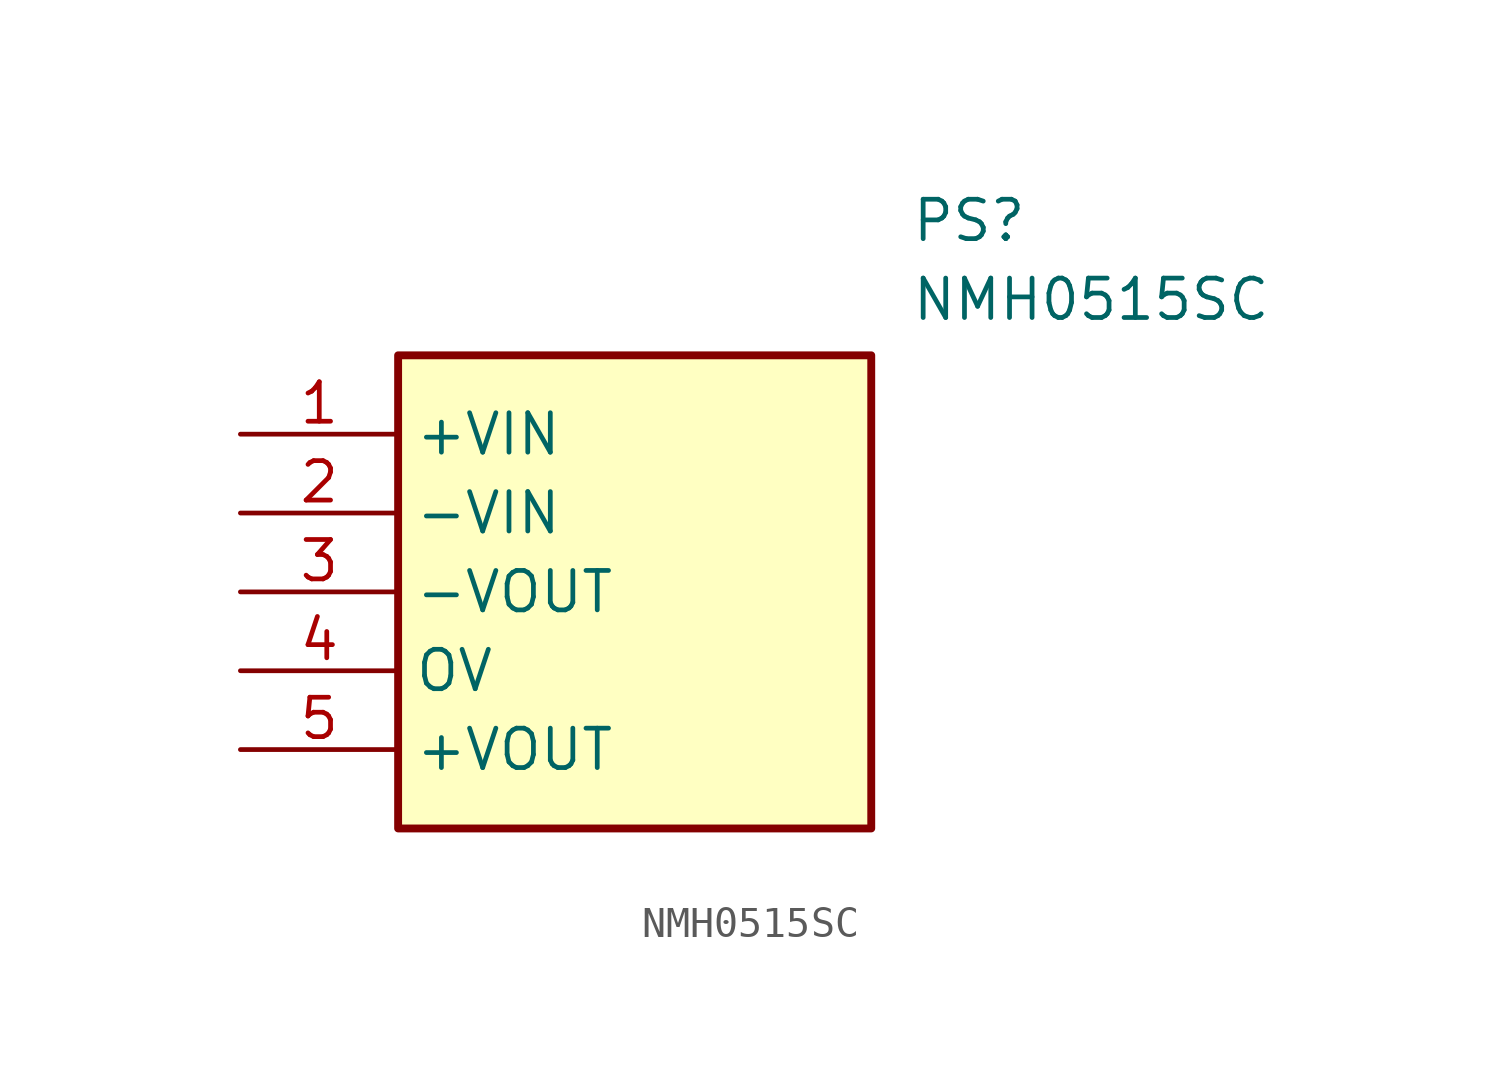
<source format=kicad_sym>
(kicad_symbol_lib
  (version 20211014)
  (generator SamacSys_ECAD_Model)
  (symbol "NMH0515SC"
    (property "Reference" "PS"
      (at 21.59 7.62 0)
      (effects (font (size 1.27 1.27)) (justify left top)))
    (property "Value" "NMH0515SC"
      (at 21.59 5.08 0)
      (effects (font (size 1.27 1.27)) (justify left top)))
    (rectangle
      (start 5.08 2.54)
      (end 20.32 -12.7)
      (stroke (width 0.254) (type default))
      (fill (type background)))
    (pin passive line
      (at 0 0 0)
      (length 5.08)
      (name "+VIN" (effects (font (size 1.27 1.27))))
      (number "1" (effects (font (size 1.27 1.27)))))
    (pin passive line
      (at 0 -2.54 0)
      (length 5.08)
      (name "-VIN" (effects (font (size 1.27 1.27))))
      (number "2" (effects (font (size 1.27 1.27)))))
    (pin passive line
      (at 0 -5.08 0)
      (length 5.08)
      (name "-VOUT" (effects (font (size 1.27 1.27))))
      (number "3" (effects (font (size 1.27 1.27)))))
    (pin passive line
      (at 0 -7.62 0)
      (length 5.08)
      (name "OV" (effects (font (size 1.27 1.27))))
      (number "4" (effects (font (size 1.27 1.27)))))
    (pin passive line
      (at 0 -10.16 0)
      (length 5.08)
      (name "+VOUT" (effects (font (size 1.27 1.27))))
      (number "5" (effects (font (size 1.27 1.27)))))))
</source>
